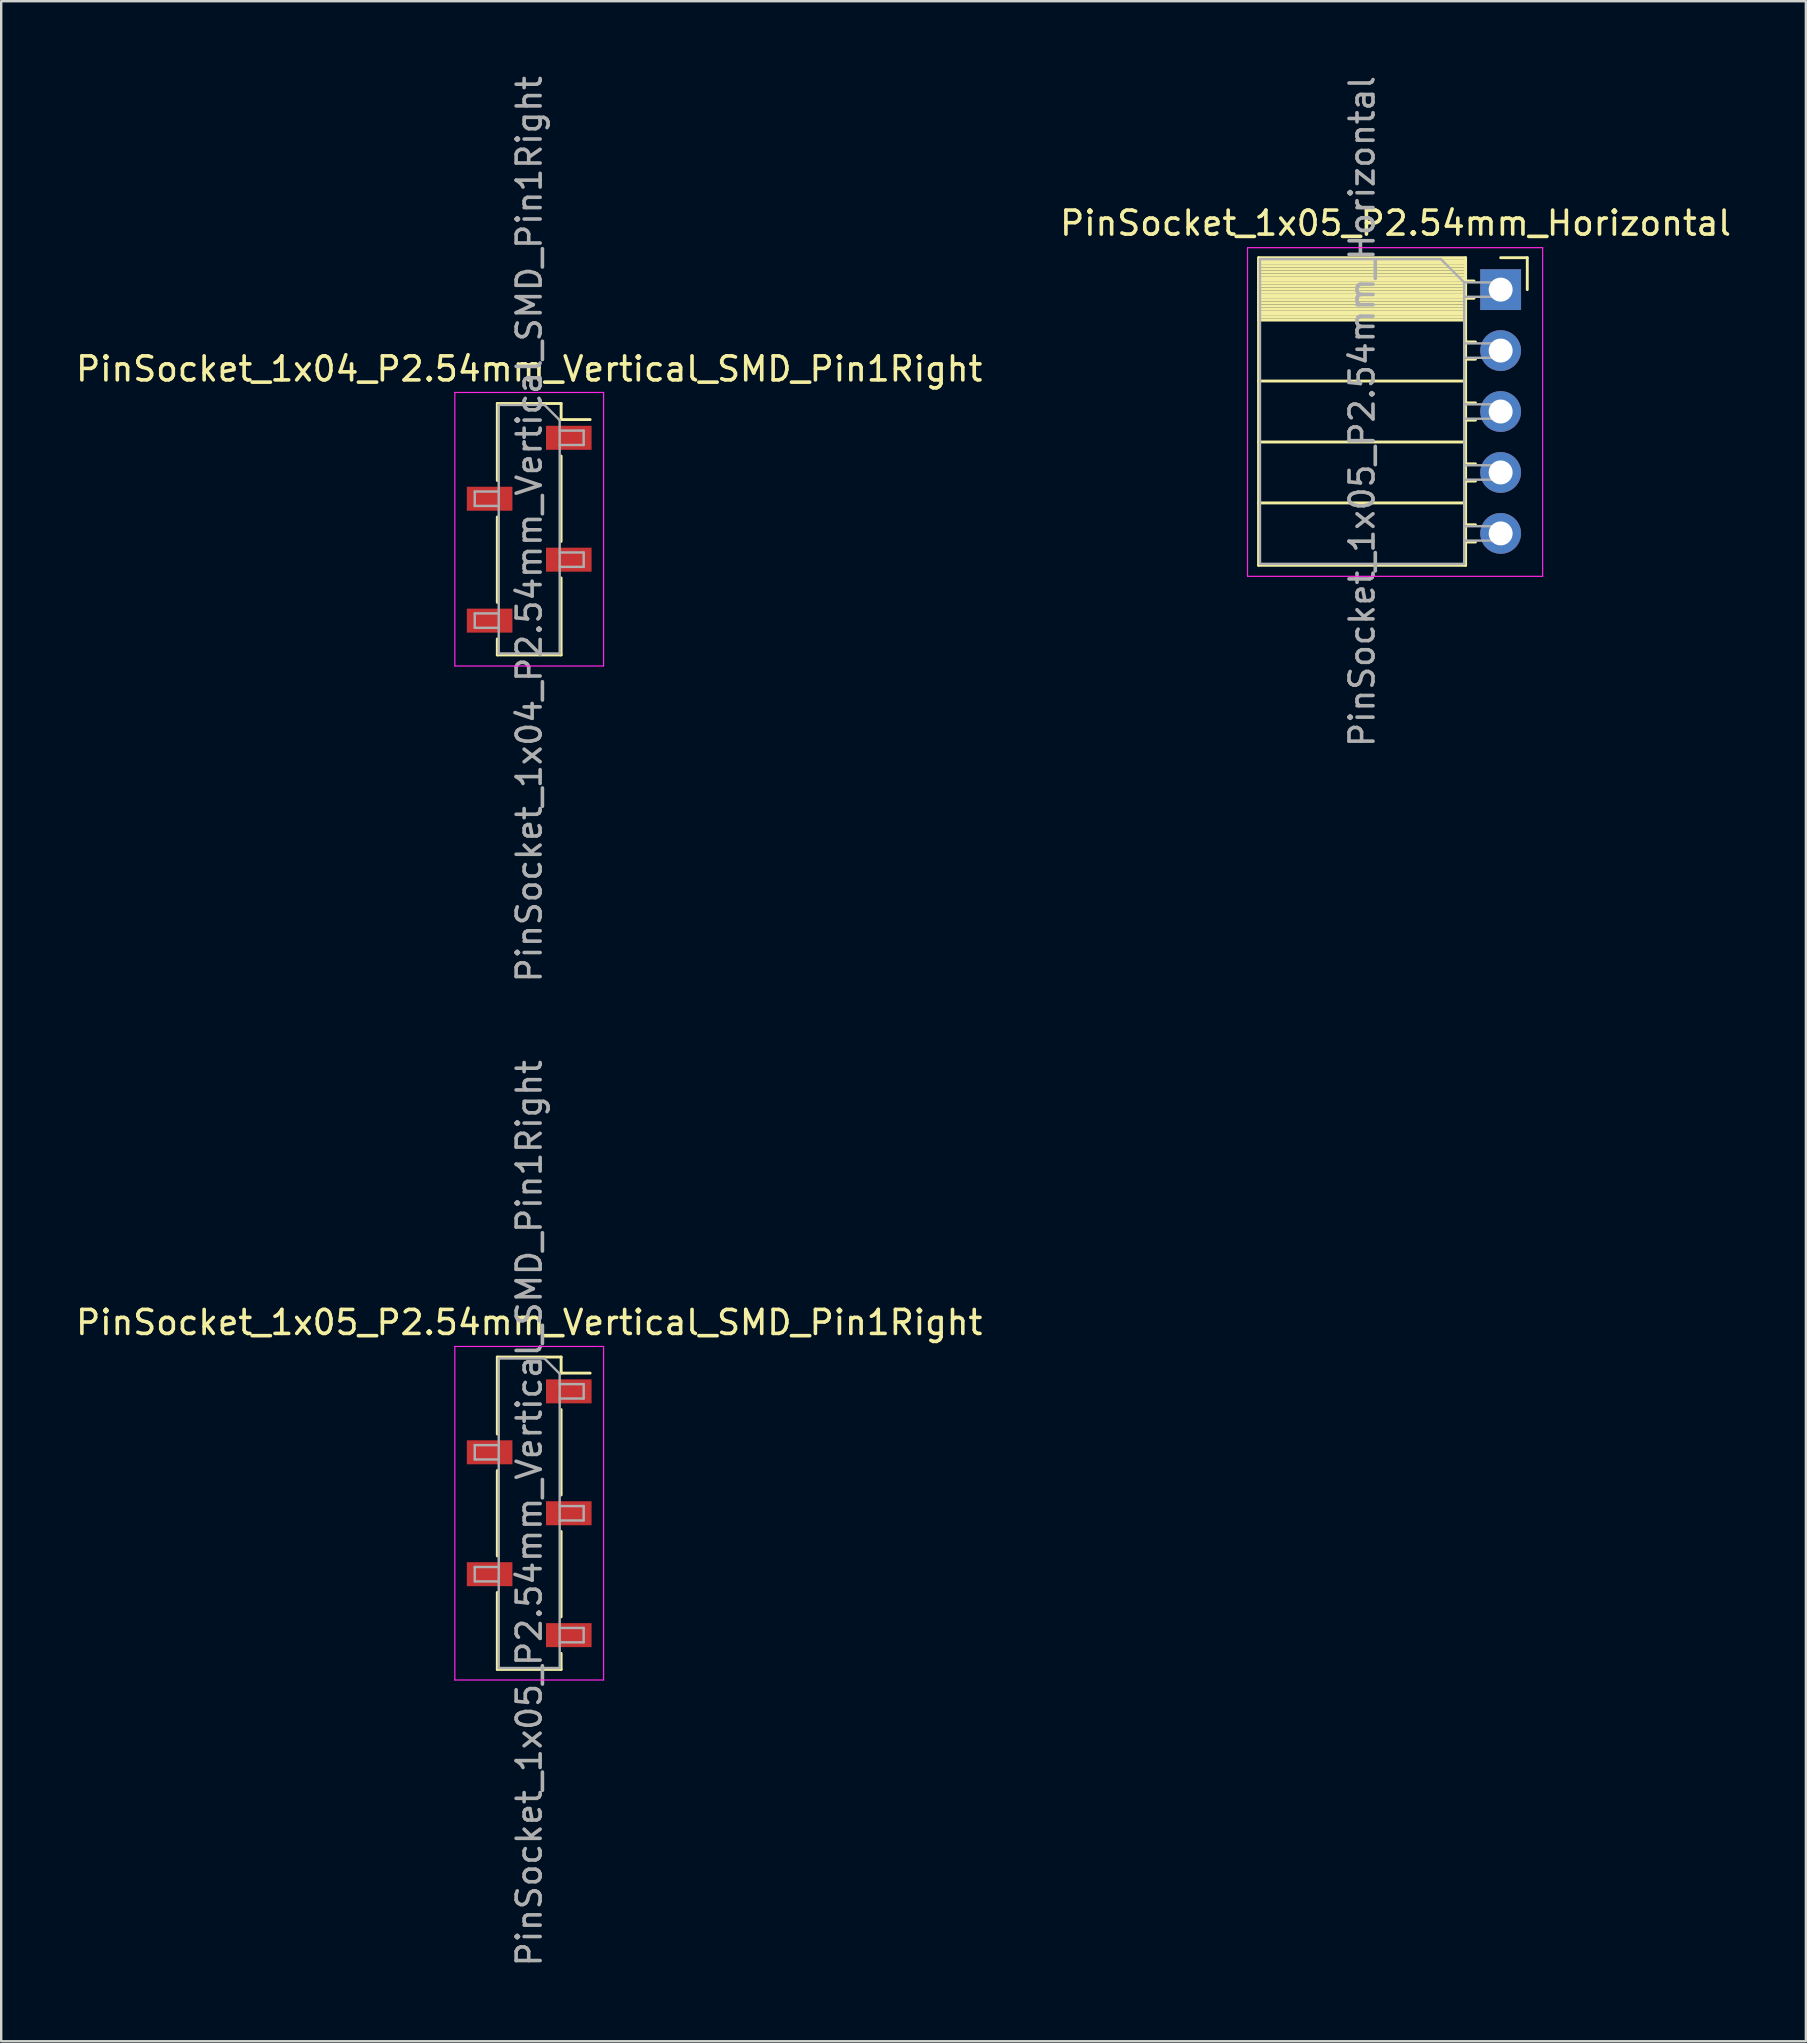
<source format=kicad_pcb>
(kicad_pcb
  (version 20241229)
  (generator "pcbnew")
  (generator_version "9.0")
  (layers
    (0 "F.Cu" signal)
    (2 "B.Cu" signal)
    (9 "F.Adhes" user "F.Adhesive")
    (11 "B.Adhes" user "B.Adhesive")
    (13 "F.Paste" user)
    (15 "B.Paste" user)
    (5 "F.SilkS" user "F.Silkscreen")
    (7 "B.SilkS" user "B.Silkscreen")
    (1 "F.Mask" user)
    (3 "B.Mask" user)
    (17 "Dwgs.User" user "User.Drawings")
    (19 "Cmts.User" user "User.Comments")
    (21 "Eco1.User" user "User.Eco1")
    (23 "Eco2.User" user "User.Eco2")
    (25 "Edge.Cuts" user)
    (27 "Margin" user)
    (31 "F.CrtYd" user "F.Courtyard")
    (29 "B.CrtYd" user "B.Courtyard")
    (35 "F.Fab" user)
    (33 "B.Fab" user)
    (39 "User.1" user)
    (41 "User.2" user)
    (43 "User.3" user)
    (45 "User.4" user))
  (footprint "PinSocket_1x05_P2.54mm_Vertical_SMD_Pin1Right"
    (layer "F.Cu")
    (at 19.006 60.018)
    (property "Reference" "PinSocket_1x05_P2.54mm_Vertical_SMD_Pin1Right" (at 0 -7.95 0) (layer "F.SilkS") (effects (font (size 1 1) (thickness 0.15))))
    (attr smd)
    (fp_line (start -1.33 -6.51) (end -1.33 -3.3) (stroke (width 0.12) (type solid)) (layer "F.SilkS"))
    (fp_line (start -1.33 -6.51) (end 1.33 -6.51) (stroke (width 0.12) (type solid)) (layer "F.SilkS"))
    (fp_line (start -1.33 -1.78) (end -1.33 1.78) (stroke (width 0.12) (type solid)) (layer "F.SilkS"))
    (fp_line (start -1.33 3.3) (end -1.33 6.51) (stroke (width 0.12) (type solid)) (layer "F.SilkS"))
    (fp_line (start -1.33 6.51) (end 1.33 6.51) (stroke (width 0.12) (type solid)) (layer "F.SilkS"))
    (fp_line (start 1.33 -6.51) (end 1.33 -5.84) (stroke (width 0.12) (type solid)) (layer "F.SilkS"))
    (fp_line (start 1.33 -5.84) (end 2.54 -5.84) (stroke (width 0.12) (type solid)) (layer "F.SilkS"))
    (fp_line (start 1.33 -4.32) (end 1.33 -0.76) (stroke (width 0.12) (type solid)) (layer "F.SilkS"))
    (fp_line (start 1.33 0.76) (end 1.33 4.32) (stroke (width 0.12) (type solid)) (layer "F.SilkS"))
    (fp_line (start 1.33 5.84) (end 1.33 6.51) (stroke (width 0.12) (type solid)) (layer "F.SilkS"))
    (fp_line (start -3.1 -6.95) (end 3.1 -6.95) (stroke (width 0.05) (type solid)) (layer "F.CrtYd"))
    (fp_line (start -3.1 6.95) (end -3.1 -6.95) (stroke (width 0.05) (type solid)) (layer "F.CrtYd"))
    (fp_line (start 3.1 -6.95) (end 3.1 6.95) (stroke (width 0.05) (type solid)) (layer "F.CrtYd"))
    (fp_line (start 3.1 6.95) (end -3.1 6.95) (stroke (width 0.05) (type solid)) (layer "F.CrtYd"))
    (fp_line (start -2.27 -2.84) (end -1.27 -2.84) (stroke (width 0.1) (type solid)) (layer "F.Fab"))
    (fp_line (start -2.27 -2.24) (end -2.27 -2.84) (stroke (width 0.1) (type solid)) (layer "F.Fab"))
    (fp_line (start -2.27 2.24) (end -1.27 2.24) (stroke (width 0.1) (type solid)) (layer "F.Fab"))
    (fp_line (start -2.27 2.84) (end -2.27 2.24) (stroke (width 0.1) (type solid)) (layer "F.Fab"))
    (fp_line (start -1.27 -6.45) (end 0.635 -6.45) (stroke (width 0.1) (type solid)) (layer "F.Fab"))
    (fp_line (start -1.27 -2.24) (end -2.27 -2.24) (stroke (width 0.1) (type solid)) (layer "F.Fab"))
    (fp_line (start -1.27 2.84) (end -2.27 2.84) (stroke (width 0.1) (type solid)) (layer "F.Fab"))
    (fp_line (start -1.27 6.45) (end -1.27 -6.45) (stroke (width 0.1) (type solid)) (layer "F.Fab"))
    (fp_line (start 0.635 -6.45) (end 1.27 -5.815) (stroke (width 0.1) (type solid)) (layer "F.Fab"))
    (fp_line (start 1.27 -5.815) (end 1.27 6.45) (stroke (width 0.1) (type solid)) (layer "F.Fab"))
    (fp_line (start 1.27 -5.38) (end 2.27 -5.38) (stroke (width 0.1) (type solid)) (layer "F.Fab"))
    (fp_line (start 1.27 -0.3) (end 2.27 -0.3) (stroke (width 0.1) (type solid)) (layer "F.Fab"))
    (fp_line (start 1.27 4.78) (end 2.27 4.78) (stroke (width 0.1) (type solid)) (layer "F.Fab"))
    (fp_line (start 1.27 6.45) (end -1.27 6.45) (stroke (width 0.1) (type solid)) (layer "F.Fab"))
    (fp_line (start 2.27 -5.38) (end 2.27 -4.78) (stroke (width 0.1) (type solid)) (layer "F.Fab"))
    (fp_line (start 2.27 -4.78) (end 1.27 -4.78) (stroke (width 0.1) (type solid)) (layer "F.Fab"))
    (fp_line (start 2.27 -0.3) (end 2.27 0.3) (stroke (width 0.1) (type solid)) (layer "F.Fab"))
    (fp_line (start 2.27 0.3) (end 1.27 0.3) (stroke (width 0.1) (type solid)) (layer "F.Fab"))
    (fp_line (start 2.27 4.78) (end 2.27 5.38) (stroke (width 0.1) (type solid)) (layer "F.Fab"))
    (fp_line (start 2.27 5.38) (end 1.27 5.38) (stroke (width 0.1) (type solid)) (layer "F.Fab"))
    (fp_text user "${REFERENCE}" (at 0 0 90) (layer "F.Fab") (effects (font (size 1 1) (thickness 0.15))))
    (pad "1" smd rect (at 1.65 -5.08) (size 1.9 1) (layers "F.Cu" "F.Mask" "F.Paste"))
    (pad "2" smd rect (at -1.65 -2.54) (size 1.9 1) (layers "F.Cu" "F.Mask" "F.Paste"))
    (pad "3" smd rect (at 1.65 0) (size 1.9 1) (layers "F.Cu" "F.Mask" "F.Paste"))
    (pad "4" smd rect (at -1.65 2.54) (size 1.9 1) (layers "F.Cu" "F.Mask" "F.Paste"))
    (pad "5" smd rect (at 1.65 5.08) (size 1.9 1) (layers "F.Cu" "F.Mask" "F.Paste")))
  (footprint "PinSocket_1x04_P2.54mm_Vertical_SMD_Pin1Right"
    (layer "F.Cu")
    (at 19.006 19.006)
    (property "Reference" "PinSocket_1x04_P2.54mm_Vertical_SMD_Pin1Right" (at 0 -6.68 0) (layer "F.SilkS") (effects (font (size 1 1) (thickness 0.15))))
    (attr smd)
    (fp_line (start -1.33 -5.24) (end -1.33 -2.03) (stroke (width 0.12) (type solid)) (layer "F.SilkS"))
    (fp_line (start -1.33 -5.24) (end 1.33 -5.24) (stroke (width 0.12) (type solid)) (layer "F.SilkS"))
    (fp_line (start -1.33 -0.51) (end -1.33 3.05) (stroke (width 0.12) (type solid)) (layer "F.SilkS"))
    (fp_line (start -1.33 4.57) (end -1.33 5.24) (stroke (width 0.12) (type solid)) (layer "F.SilkS"))
    (fp_line (start -1.33 5.24) (end 1.33 5.24) (stroke (width 0.12) (type solid)) (layer "F.SilkS"))
    (fp_line (start 1.33 -5.24) (end 1.33 -4.57) (stroke (width 0.12) (type solid)) (layer "F.SilkS"))
    (fp_line (start 1.33 -4.57) (end 2.54 -4.57) (stroke (width 0.12) (type solid)) (layer "F.SilkS"))
    (fp_line (start 1.33 -3.05) (end 1.33 0.51) (stroke (width 0.12) (type solid)) (layer "F.SilkS"))
    (fp_line (start 1.33 2.03) (end 1.33 5.24) (stroke (width 0.12) (type solid)) (layer "F.SilkS"))
    (fp_line (start -3.1 -5.7) (end 3.1 -5.7) (stroke (width 0.05) (type solid)) (layer "F.CrtYd"))
    (fp_line (start -3.1 5.7) (end -3.1 -5.7) (stroke (width 0.05) (type solid)) (layer "F.CrtYd"))
    (fp_line (start 3.1 -5.7) (end 3.1 5.7) (stroke (width 0.05) (type solid)) (layer "F.CrtYd"))
    (fp_line (start 3.1 5.7) (end -3.1 5.7) (stroke (width 0.05) (type solid)) (layer "F.CrtYd"))
    (fp_line (start -2.27 -1.57) (end -1.27 -1.57) (stroke (width 0.1) (type solid)) (layer "F.Fab"))
    (fp_line (start -2.27 -0.97) (end -2.27 -1.57) (stroke (width 0.1) (type solid)) (layer "F.Fab"))
    (fp_line (start -2.27 3.51) (end -1.27 3.51) (stroke (width 0.1) (type solid)) (layer "F.Fab"))
    (fp_line (start -2.27 4.11) (end -2.27 3.51) (stroke (width 0.1) (type solid)) (layer "F.Fab"))
    (fp_line (start -1.27 -5.18) (end 0.635 -5.18) (stroke (width 0.1) (type solid)) (layer "F.Fab"))
    (fp_line (start -1.27 -0.97) (end -2.27 -0.97) (stroke (width 0.1) (type solid)) (layer "F.Fab"))
    (fp_line (start -1.27 4.11) (end -2.27 4.11) (stroke (width 0.1) (type solid)) (layer "F.Fab"))
    (fp_line (start -1.27 5.18) (end -1.27 -5.18) (stroke (width 0.1) (type solid)) (layer "F.Fab"))
    (fp_line (start 0.635 -5.18) (end 1.27 -4.545) (stroke (width 0.1) (type solid)) (layer "F.Fab"))
    (fp_line (start 1.27 -4.545) (end 1.27 5.18) (stroke (width 0.1) (type solid)) (layer "F.Fab"))
    (fp_line (start 1.27 -4.11) (end 2.27 -4.11) (stroke (width 0.1) (type solid)) (layer "F.Fab"))
    (fp_line (start 1.27 0.97) (end 2.27 0.97) (stroke (width 0.1) (type solid)) (layer "F.Fab"))
    (fp_line (start 1.27 5.18) (end -1.27 5.18) (stroke (width 0.1) (type solid)) (layer "F.Fab"))
    (fp_line (start 2.27 -4.11) (end 2.27 -3.51) (stroke (width 0.1) (type solid)) (layer "F.Fab"))
    (fp_line (start 2.27 -3.51) (end 1.27 -3.51) (stroke (width 0.1) (type solid)) (layer "F.Fab"))
    (fp_line (start 2.27 0.97) (end 2.27 1.57) (stroke (width 0.1) (type solid)) (layer "F.Fab"))
    (fp_line (start 2.27 1.57) (end 1.27 1.57) (stroke (width 0.1) (type solid)) (layer "F.Fab"))
    (fp_text user "${REFERENCE}" (at 0 0 90) (layer "F.Fab") (effects (font (size 1 1) (thickness 0.15))))
    (pad "1" smd rect (at 1.65 -3.81) (size 1.9 1) (layers "F.Cu" "F.Mask" "F.Paste"))
    (pad "2" smd rect (at -1.65 -1.27) (size 1.9 1) (layers "F.Cu" "F.Mask" "F.Paste"))
    (pad "3" smd rect (at 1.65 1.27) (size 1.9 1) (layers "F.Cu" "F.Mask" "F.Paste"))
    (pad "4" smd rect (at -1.65 3.81) (size 1.9 1) (layers "F.Cu" "F.Mask" "F.Paste")))
  (footprint "PinSocket_1x05_P2.54mm_Horizontal"
    (layer "F.Cu")
    (at 59.493 9.021)
    (property "Reference" "PinSocket_1x05_P2.54mm_Horizontal" (at -4.38 -2.77 0) (layer "F.SilkS") (effects (font (size 1 1) (thickness 0.15))))
    (attr through_hole)
    (fp_line (start -10.09 -1.33) (end -10.09 11.49) (stroke (width 0.12) (type solid)) (layer "F.SilkS"))
    (fp_line (start -10.09 -1.33) (end -1.46 -1.33) (stroke (width 0.12) (type solid)) (layer "F.SilkS"))
    (fp_line (start -10.09 -1.21) (end -1.46 -1.21) (stroke (width 0.12) (type solid)) (layer "F.SilkS"))
    (fp_line (start -10.09 -1.092) (end -1.46 -1.092) (stroke (width 0.12) (type solid)) (layer "F.SilkS"))
    (fp_line (start -10.09 -0.974) (end -1.46 -0.974) (stroke (width 0.12) (type solid)) (layer "F.SilkS"))
    (fp_line (start -10.09 -0.856) (end -1.46 -0.856) (stroke (width 0.12) (type solid)) (layer "F.SilkS"))
    (fp_line (start -10.09 -0.738) (end -1.46 -0.738) (stroke (width 0.12) (type solid)) (layer "F.SilkS"))
    (fp_line (start -10.09 -0.62) (end -1.46 -0.62) (stroke (width 0.12) (type solid)) (layer "F.SilkS"))
    (fp_line (start -10.09 -0.501) (end -1.46 -0.501) (stroke (width 0.12) (type solid)) (layer "F.SilkS"))
    (fp_line (start -10.09 -0.383) (end -1.46 -0.383) (stroke (width 0.12) (type solid)) (layer "F.SilkS"))
    (fp_line (start -10.09 -0.265) (end -1.46 -0.265) (stroke (width 0.12) (type solid)) (layer "F.SilkS"))
    (fp_line (start -10.09 -0.147) (end -1.46 -0.147) (stroke (width 0.12) (type solid)) (layer "F.SilkS"))
    (fp_line (start -10.09 -0.029) (end -1.46 -0.029) (stroke (width 0.12) (type solid)) (layer "F.SilkS"))
    (fp_line (start -10.09 0.089) (end -1.46 0.089) (stroke (width 0.12) (type solid)) (layer "F.SilkS"))
    (fp_line (start -10.09 0.207) (end -1.46 0.207) (stroke (width 0.12) (type solid)) (layer "F.SilkS"))
    (fp_line (start -10.09 0.325) (end -1.46 0.325) (stroke (width 0.12) (type solid)) (layer "F.SilkS"))
    (fp_line (start -10.09 0.443) (end -1.46 0.443) (stroke (width 0.12) (type solid)) (layer "F.SilkS"))
    (fp_line (start -10.09 0.561) (end -1.46 0.561) (stroke (width 0.12) (type solid)) (layer "F.SilkS"))
    (fp_line (start -10.09 0.68) (end -1.46 0.68) (stroke (width 0.12) (type solid)) (layer "F.SilkS"))
    (fp_line (start -10.09 0.798) (end -1.46 0.798) (stroke (width 0.12) (type solid)) (layer "F.SilkS"))
    (fp_line (start -10.09 0.916) (end -1.46 0.916) (stroke (width 0.12) (type solid)) (layer "F.SilkS"))
    (fp_line (start -10.09 1.034) (end -1.46 1.034) (stroke (width 0.12) (type solid)) (layer "F.SilkS"))
    (fp_line (start -10.09 1.152) (end -1.46 1.152) (stroke (width 0.12) (type solid)) (layer "F.SilkS"))
    (fp_line (start -10.09 1.27) (end -1.46 1.27) (stroke (width 0.12) (type solid)) (layer "F.SilkS"))
    (fp_line (start -10.09 3.81) (end -1.46 3.81) (stroke (width 0.12) (type solid)) (layer "F.SilkS"))
    (fp_line (start -10.09 6.35) (end -1.46 6.35) (stroke (width 0.12) (type solid)) (layer "F.SilkS"))
    (fp_line (start -10.09 8.89) (end -1.46 8.89) (stroke (width 0.12) (type solid)) (layer "F.SilkS"))
    (fp_line (start -10.09 11.49) (end -1.46 11.49) (stroke (width 0.12) (type solid)) (layer "F.SilkS"))
    (fp_line (start -1.46 -1.33) (end -1.46 11.49) (stroke (width 0.12) (type solid)) (layer "F.SilkS"))
    (fp_line (start -1.46 -0.36) (end -1.11 -0.36) (stroke (width 0.12) (type solid)) (layer "F.SilkS"))
    (fp_line (start -1.46 0.36) (end -1.11 0.36) (stroke (width 0.12) (type solid)) (layer "F.SilkS"))
    (fp_line (start -1.46 2.18) (end -1.05 2.18) (stroke (width 0.12) (type solid)) (layer "F.SilkS"))
    (fp_line (start -1.46 2.9) (end -1.05 2.9) (stroke (width 0.12) (type solid)) (layer "F.SilkS"))
    (fp_line (start -1.46 4.72) (end -1.05 4.72) (stroke (width 0.12) (type solid)) (layer "F.SilkS"))
    (fp_line (start -1.46 5.44) (end -1.05 5.44) (stroke (width 0.12) (type solid)) (layer "F.SilkS"))
    (fp_line (start -1.46 7.26) (end -1.05 7.26) (stroke (width 0.12) (type solid)) (layer "F.SilkS"))
    (fp_line (start -1.46 7.98) (end -1.05 7.98) (stroke (width 0.12) (type solid)) (layer "F.SilkS"))
    (fp_line (start -1.46 9.8) (end -1.05 9.8) (stroke (width 0.12) (type solid)) (layer "F.SilkS"))
    (fp_line (start -1.46 10.52) (end -1.05 10.52) (stroke (width 0.12) (type solid)) (layer "F.SilkS"))
    (fp_line (start 0 -1.33) (end 1.11 -1.33) (stroke (width 0.12) (type solid)) (layer "F.SilkS"))
    (fp_line (start 1.11 -1.33) (end 1.11 0) (stroke (width 0.12) (type solid)) (layer "F.SilkS"))
    (fp_line (start -10.55 -1.75) (end -10.55 11.95) (stroke (width 0.05) (type solid)) (layer "F.CrtYd"))
    (fp_line (start -10.55 11.95) (end 1.75 11.95) (stroke (width 0.05) (type solid)) (layer "F.CrtYd"))
    (fp_line (start 1.75 -1.75) (end -10.55 -1.75) (stroke (width 0.05) (type solid)) (layer "F.CrtYd"))
    (fp_line (start 1.75 11.95) (end 1.75 -1.75) (stroke (width 0.05) (type solid)) (layer "F.CrtYd"))
    (fp_line (start -10.03 -1.27) (end -2.49 -1.27) (stroke (width 0.1) (type solid)) (layer "F.Fab"))
    (fp_line (start -10.03 11.43) (end -10.03 -1.27) (stroke (width 0.1) (type solid)) (layer "F.Fab"))
    (fp_line (start -2.49 -1.27) (end -1.52 -0.3) (stroke (width 0.1) (type solid)) (layer "F.Fab"))
    (fp_line (start -1.52 -0.3) (end -1.52 11.43) (stroke (width 0.1) (type solid)) (layer "F.Fab"))
    (fp_line (start -1.52 0.3) (end 0 0.3) (stroke (width 0.1) (type solid)) (layer "F.Fab"))
    (fp_line (start -1.52 2.84) (end 0 2.84) (stroke (width 0.1) (type solid)) (layer "F.Fab"))
    (fp_line (start -1.52 5.38) (end 0 5.38) (stroke (width 0.1) (type solid)) (layer "F.Fab"))
    (fp_line (start -1.52 7.92) (end 0 7.92) (stroke (width 0.1) (type solid)) (layer "F.Fab"))
    (fp_line (start -1.52 10.46) (end 0 10.46) (stroke (width 0.1) (type solid)) (layer "F.Fab"))
    (fp_line (start -1.52 11.43) (end -10.03 11.43) (stroke (width 0.1) (type solid)) (layer "F.Fab"))
    (fp_line (start 0 -0.3) (end -1.52 -0.3) (stroke (width 0.1) (type solid)) (layer "F.Fab"))
    (fp_line (start 0 0.3) (end 0 -0.3) (stroke (width 0.1) (type solid)) (layer "F.Fab"))
    (fp_line (start 0 2.24) (end -1.52 2.24) (stroke (width 0.1) (type solid)) (layer "F.Fab"))
    (fp_line (start 0 2.84) (end 0 2.24) (stroke (width 0.1) (type solid)) (layer "F.Fab"))
    (fp_line (start 0 4.78) (end -1.52 4.78) (stroke (width 0.1) (type solid)) (layer "F.Fab"))
    (fp_line (start 0 5.38) (end 0 4.78) (stroke (width 0.1) (type solid)) (layer "F.Fab"))
    (fp_line (start 0 7.32) (end -1.52 7.32) (stroke (width 0.1) (type solid)) (layer "F.Fab"))
    (fp_line (start 0 7.92) (end 0 7.32) (stroke (width 0.1) (type solid)) (layer "F.Fab"))
    (fp_line (start 0 9.86) (end -1.52 9.86) (stroke (width 0.1) (type solid)) (layer "F.Fab"))
    (fp_line (start 0 10.46) (end 0 9.86) (stroke (width 0.1) (type solid)) (layer "F.Fab"))
    (fp_text user "${REFERENCE}" (at -5.775 5.08 90) (layer "F.Fab") (effects (font (size 1 1) (thickness 0.15))))
    (pad "1" thru_hole rect (at 0 0) (size 1.7 1.7) (drill 1) (layers "*.Cu" "*.Mask"))
    (pad "2" thru_hole oval (at 0 2.54) (size 1.7 1.7) (drill 1) (layers "*.Cu" "*.Mask"))
    (pad "3" thru_hole oval (at 0 5.08) (size 1.7 1.7) (drill 1) (layers "*.Cu" "*.Mask"))
    (pad "4" thru_hole oval (at 0 7.62) (size 1.7 1.7) (drill 1) (layers "*.Cu" "*.Mask"))
    (pad "5" thru_hole oval (at 0 10.16) (size 1.7 1.7) (drill 1) (layers "*.Cu" "*.Mask")))
  (gr_rect
    (start -3 -3)
    (end 72.214 82.024)
    (stroke (width 0.1) (type default))
    (fill no)
    (layer "Edge.Cuts")))
</source>
